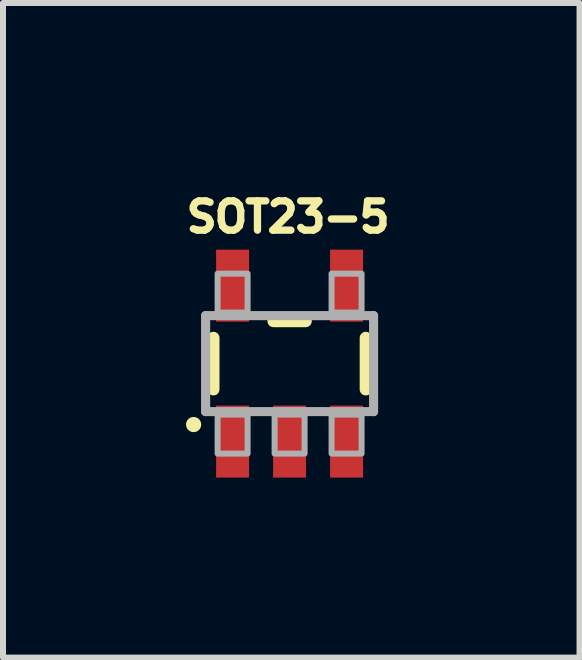
<source format=kicad_pcb>
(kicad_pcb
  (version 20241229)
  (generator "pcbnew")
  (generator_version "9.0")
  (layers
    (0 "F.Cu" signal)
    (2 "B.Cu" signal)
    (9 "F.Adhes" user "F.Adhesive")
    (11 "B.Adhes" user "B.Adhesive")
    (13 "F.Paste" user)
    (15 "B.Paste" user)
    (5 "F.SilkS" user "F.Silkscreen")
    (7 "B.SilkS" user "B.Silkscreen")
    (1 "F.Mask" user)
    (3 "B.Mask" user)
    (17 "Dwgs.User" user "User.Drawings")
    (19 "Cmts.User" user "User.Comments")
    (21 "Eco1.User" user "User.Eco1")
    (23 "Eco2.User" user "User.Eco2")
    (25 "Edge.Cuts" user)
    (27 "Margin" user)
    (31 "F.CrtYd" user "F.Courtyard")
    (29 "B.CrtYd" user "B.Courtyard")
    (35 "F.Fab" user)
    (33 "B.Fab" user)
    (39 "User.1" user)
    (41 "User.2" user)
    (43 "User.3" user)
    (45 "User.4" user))
  (footprint "SOT23-5"
    (layer "F.Cu")
    (at 1.778 3.012)
    (property "Reference" "SOT23-5" (at -1.778 -2.159 0) (layer "F.SilkS") (effects (font (size 0.488 0.488) (thickness 0.122)) (justify left bottom)))
    (fp_line (start -1.27 0.429) (end -1.27 -0.429) (stroke (width 0.203) (type solid)) (layer "F.SilkS"))
    (fp_line (start -0.268 -0.709) (end 0.268 -0.709) (stroke (width 0.203) (type solid)) (layer "F.SilkS"))
    (fp_line (start 1.27 -0.429) (end 1.27 0.429) (stroke (width 0.203) (type solid)) (layer "F.SilkS"))
    (fp_circle (center -1.6 1.016) (end -1.537 1.016) (stroke (width 0.127) (type solid)) (fill yes) (layer "F.SilkS"))
    (fp_line (start -1.4 -0.8) (end -1.4 0.8) (stroke (width 0.152) (type solid)) (layer "F.Fab"))
    (fp_line (start -1.4 -0.8) (end 1.4 -0.8) (stroke (width 0.152) (type solid)) (layer "F.Fab"))
    (fp_line (start 1.4 -0.8) (end 1.4 0.8) (stroke (width 0.152) (type solid)) (layer "F.Fab"))
    (fp_line (start 1.4 0.8) (end -1.4 0.8) (stroke (width 0.152) (type solid)) (layer "F.Fab"))
    (fp_poly (pts (xy -1.2 -0.85) (xy -0.7 -0.85) (xy -0.7 -1.5) (xy -1.2 -1.5)) (stroke (width 0.1) (type default)) (fill no) (layer "F.Fab"))
    (fp_poly (pts (xy -1.2 1.5) (xy -0.7 1.5) (xy -0.7 0.85) (xy -1.2 0.85)) (stroke (width 0.1) (type default)) (fill no) (layer "F.Fab"))
    (fp_poly (pts (xy -0.25 1.5) (xy 0.25 1.5) (xy 0.25 0.85) (xy -0.25 0.85)) (stroke (width 0.1) (type default)) (fill no) (layer "F.Fab"))
    (fp_poly (pts (xy 0.7 -0.85) (xy 1.2 -0.85) (xy 1.2 -1.5) (xy 0.7 -1.5)) (stroke (width 0.1) (type default)) (fill no) (layer "F.Fab"))
    (fp_poly (pts (xy 0.7 1.5) (xy 1.2 1.5) (xy 1.2 0.85) (xy 0.7 0.85)) (stroke (width 0.1) (type default)) (fill no) (layer "F.Fab"))
    (pad "1" smd rect (at -0.95 1.3) (size 0.55 1.2) (layers "F.Cu" "F.Mask" "F.Paste"))
    (pad "2" smd rect (at 0 1.3) (size 0.55 1.2) (layers "F.Cu" "F.Mask" "F.Paste"))
    (pad "3" smd rect (at 0.95 1.3) (size 0.55 1.2) (layers "F.Cu" "F.Mask" "F.Paste"))
    (pad "4" smd rect (at 0.95 -1.3) (size 0.55 1.2) (layers "F.Cu" "F.Mask" "F.Paste"))
    (pad "5" smd rect (at -0.95 -1.3) (size 0.55 1.2) (layers "F.Cu" "F.Mask" "F.Paste")))
  (gr_rect
    (start -3 -3)
    (end 6.612 7.913)
    (stroke (width 0.1) (type default))
    (fill no)
    (layer "Edge.Cuts")))
</source>
